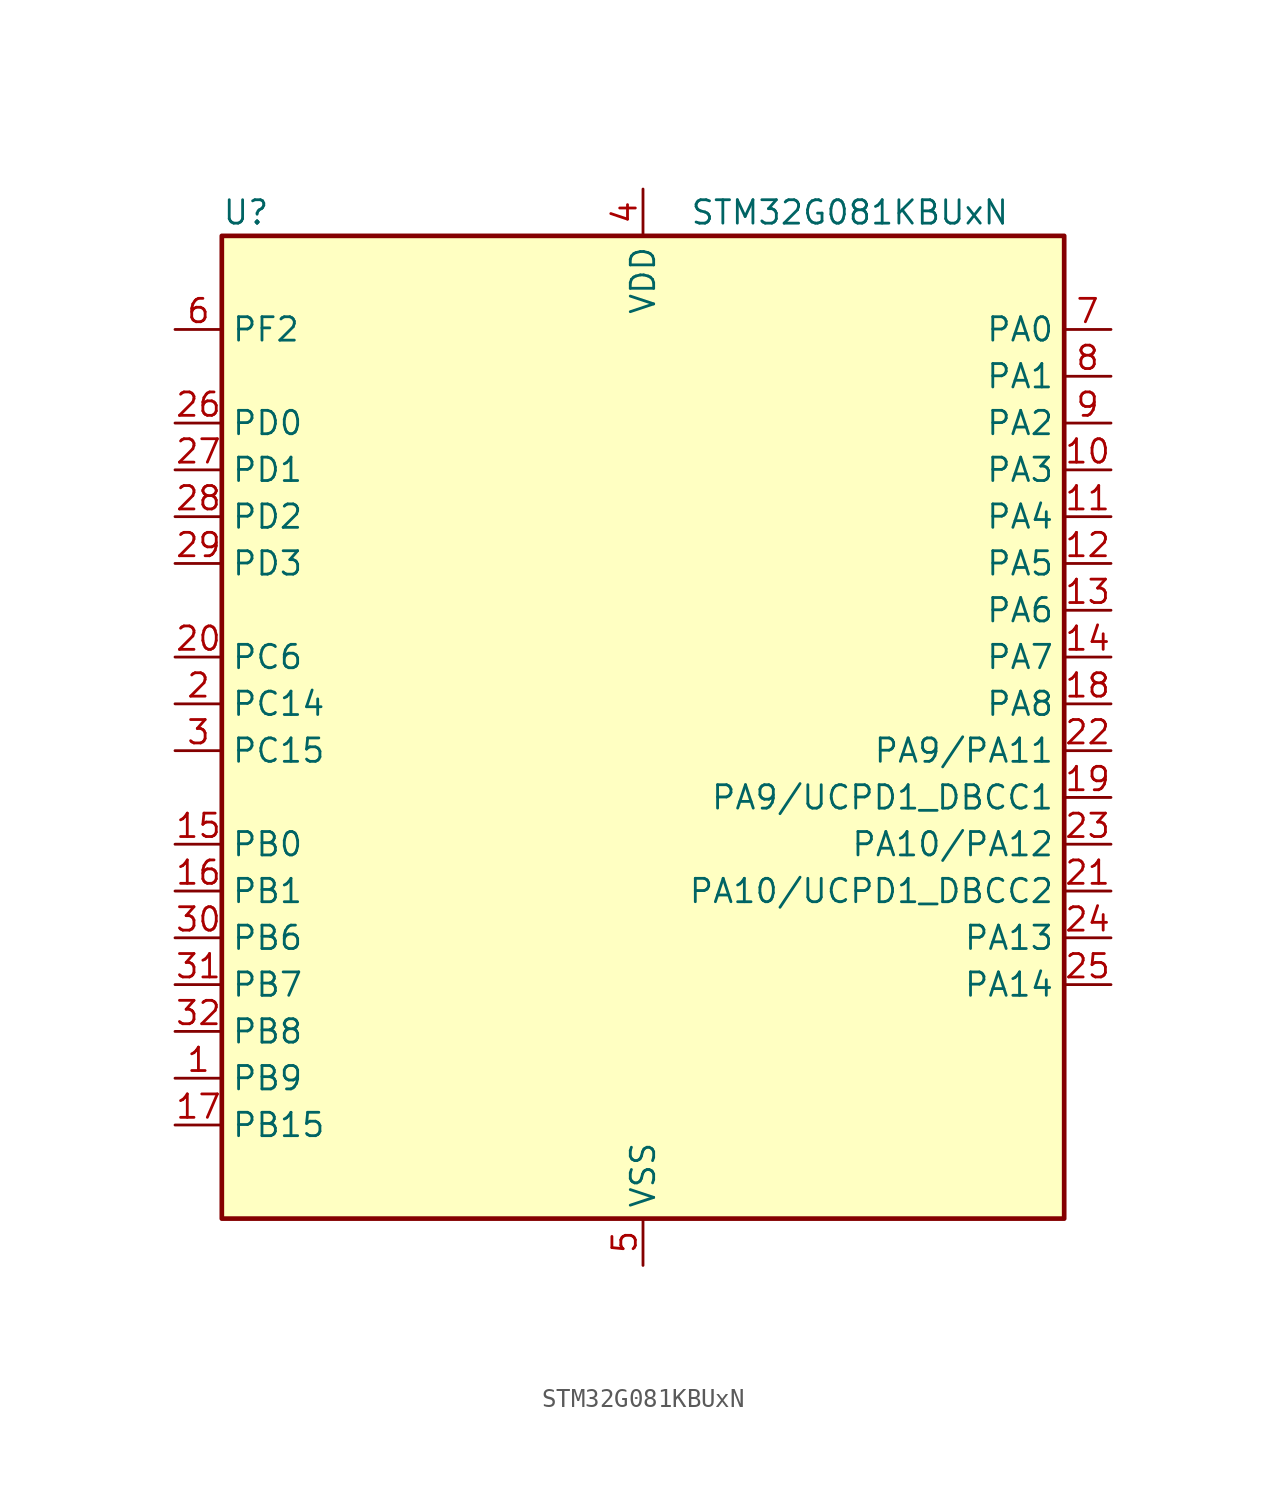
<source format=kicad_sym>
(kicad_symbol_lib
  (version 20241209)
  (generator "kicad_symbol_editor")
  (generator_version "9.0")
  (symbol "STM32G081KBUxN"
    (property "Reference" "U"
      (at -22.86 29.21 0)
      (effects (font (size 1.27 1.27)) (justify left)))
    (property "Value" "STM32G081KBUxN"
      (at 2.54 29.21 0)
      (effects (font (size 1.27 1.27)) (justify left)))
    (symbol "STM32G081KBUxN_0_1"
      (rectangle (start -22.86 -25.4) (end 22.86 27.94) (stroke (width 0.254) (type default)) (fill (type background))))
    (symbol "STM32G081KBUxN_1_1"
      (pin bidirectional line (at -25.4 22.86 0) (length 2.54) (name "PF2" (effects (font (size 1.27 1.27)))) (number "6" (effects (font (size 1.27 1.27)))) (alternate "RCC_MCO" bidirectional line))
      (pin bidirectional line (at -25.4 17.78 0) (length 2.54) (name "PD0" (effects (font (size 1.27 1.27)))) (number "26" (effects (font (size 1.27 1.27)))) (alternate "SPI2_NSS" bidirectional line) (alternate "TIM16_CH1" bidirectional line) (alternate "UCPD2_CC1" bidirectional line))
      (pin bidirectional line (at -25.4 15.24 0) (length 2.54) (name "PD1" (effects (font (size 1.27 1.27)))) (number "27" (effects (font (size 1.27 1.27)))) (alternate "SPI2_SCK" bidirectional line) (alternate "TIM17_CH1" bidirectional line) (alternate "UCPD2_DBCC1" bidirectional line))
      (pin bidirectional line (at -25.4 12.7 0) (length 2.54) (name "PD2" (effects (font (size 1.27 1.27)))) (number "28" (effects (font (size 1.27 1.27)))) (alternate "TIM1_CH1N" bidirectional line) (alternate "TIM3_ETR" bidirectional line) (alternate "UCPD2_CC2" bidirectional line) (alternate "USART3_CK" bidirectional line) (alternate "USART3_DE" bidirectional line) (alternate "USART3_RTS" bidirectional line))
      (pin bidirectional line (at -25.4 10.16 0) (length 2.54) (name "PD3" (effects (font (size 1.27 1.27)))) (number "29" (effects (font (size 1.27 1.27)))) (alternate "SPI2_MISO" bidirectional line) (alternate "TIM1_CH2N" bidirectional line) (alternate "UCPD2_DBCC2" bidirectional line) (alternate "USART2_CTS" bidirectional line) (alternate "USART2_NSS" bidirectional line))
      (pin bidirectional line (at -25.4 5.08 0) (length 2.54) (name "PC6" (effects (font (size 1.27 1.27)))) (number "20" (effects (font (size 1.27 1.27)))) (alternate "TIM2_CH3" bidirectional line) (alternate "TIM3_CH1" bidirectional line) (alternate "UCPD1_FRSTX1" bidirectional line) (alternate "UCPD1_FRSTX2" bidirectional line))
      (pin bidirectional line (at -25.4 2.54 0) (length 2.54) (name "PC14" (effects (font (size 1.27 1.27)))) (number "2" (effects (font (size 1.27 1.27)))) (alternate "RCC_OSC32_IN" bidirectional line) (alternate "RCC_OSC_IN" bidirectional line) (alternate "TIM1_BK2" bidirectional line))
      (pin bidirectional line (at -25.4 0 0) (length 2.54) (name "PC15" (effects (font (size 1.27 1.27)))) (number "3" (effects (font (size 1.27 1.27)))) (alternate "RCC_OSC32_EN" bidirectional line) (alternate "RCC_OSC32_OUT" bidirectional line) (alternate "RCC_OSC_EN" bidirectional line) (alternate "TIM15_BK" bidirectional line))
      (pin bidirectional line (at -25.4 -5.08 0) (length 2.54) (name "PB0" (effects (font (size 1.27 1.27)))) (number "15" (effects (font (size 1.27 1.27)))) (alternate "ADC1_IN8" bidirectional line) (alternate "COMP1_OUT" bidirectional line) (alternate "I2S1_WS" bidirectional line) (alternate "LPTIM1_OUT" bidirectional line) (alternate "SPI1_NSS" bidirectional line) (alternate "TIM1_CH2N" bidirectional line) (alternate "TIM3_CH3" bidirectional line) (alternate "UCPD1_FRSTX1" bidirectional line) (alternate "UCPD1_FRSTX2" bidirectional line) (alternate "USART3_RX" bidirectional line))
      (pin bidirectional line (at -25.4 -7.62 0) (length 2.54) (name "PB1" (effects (font (size 1.27 1.27)))) (number "16" (effects (font (size 1.27 1.27)))) (alternate "ADC1_IN9" bidirectional line) (alternate "COMP1_INM" bidirectional line) (alternate "LPTIM2_IN1" bidirectional line) (alternate "LPUART1_DE" bidirectional line) (alternate "LPUART1_RTS" bidirectional line) (alternate "TIM14_CH1" bidirectional line) (alternate "TIM1_CH3N" bidirectional line) (alternate "TIM3_CH4" bidirectional line) (alternate "USART3_CK" bidirectional line) (alternate "USART3_DE" bidirectional line) (alternate "USART3_RTS" bidirectional line))
      (pin bidirectional line (at -25.4 -10.16 0) (length 2.54) (name "PB6" (effects (font (size 1.27 1.27)))) (number "30" (effects (font (size 1.27 1.27)))) (alternate "COMP2_INP" bidirectional line) (alternate "I2C1_SCL" bidirectional line) (alternate "LPTIM1_ETR" bidirectional line) (alternate "SPI2_MISO" bidirectional line) (alternate "TIM16_CH1N" bidirectional line) (alternate "TIM1_CH3" bidirectional line) (alternate "USART1_TX" bidirectional line))
      (pin bidirectional line (at -25.4 -12.7 0) (length 2.54) (name "PB7" (effects (font (size 1.27 1.27)))) (number "31" (effects (font (size 1.27 1.27)))) (alternate "COMP2_INM" bidirectional line) (alternate "I2C1_SDA" bidirectional line) (alternate "LPTIM1_IN2" bidirectional line) (alternate "SPI2_MOSI" bidirectional line) (alternate "SYS_PVD_IN" bidirectional line) (alternate "TIM17_CH1N" bidirectional line) (alternate "USART1_RX" bidirectional line) (alternate "USART4_CTS" bidirectional line) (alternate "USART4_NSS" bidirectional line))
      (pin bidirectional line (at -25.4 -15.24 0) (length 2.54) (name "PB8" (effects (font (size 1.27 1.27)))) (number "32" (effects (font (size 1.27 1.27)))) (alternate "CEC" bidirectional line) (alternate "I2C1_SCL" bidirectional line) (alternate "SPI2_SCK" bidirectional line) (alternate "TIM15_BK" bidirectional line) (alternate "TIM16_CH1" bidirectional line) (alternate "USART3_TX" bidirectional line))
      (pin bidirectional line (at -25.4 -17.78 0) (length 2.54) (name "PB9" (effects (font (size 1.27 1.27)))) (number "1" (effects (font (size 1.27 1.27)))) (alternate "DAC1_EXTI9" bidirectional line) (alternate "I2C1_SDA" bidirectional line) (alternate "IR_OUT" bidirectional line) (alternate "SPI2_NSS" bidirectional line) (alternate "TIM17_CH1" bidirectional line) (alternate "UCPD2_FRSTX1" bidirectional line) (alternate "UCPD2_FRSTX2" bidirectional line) (alternate "USART3_RX" bidirectional line))
      (pin bidirectional line (at -25.4 -20.32 0) (length 2.54) (name "PB15" (effects (font (size 1.27 1.27)))) (number "17" (effects (font (size 1.27 1.27)))) (alternate "RTC_REFIN" bidirectional line) (alternate "SPI2_MOSI" bidirectional line) (alternate "TIM15_CH1N" bidirectional line) (alternate "TIM15_CH2" bidirectional line) (alternate "TIM1_CH3N" bidirectional line) (alternate "UCPD1_CC2" bidirectional line))
      (pin power_in line (at 0 30.48 270) (length 2.54) (name "VDD" (effects (font (size 1.27 1.27)))) (number "4" (effects (font (size 1.27 1.27)))))
      (pin passive line (at 0 -27.94 90) (length 2.54) (hide yes) (name "VSS" (effects (font (size 1.27 1.27)))) (number "33" (effects (font (size 1.27 1.27)))))
      (pin power_in line (at 0 -27.94 90) (length 2.54) (name "VSS" (effects (font (size 1.27 1.27)))) (number "5" (effects (font (size 1.27 1.27)))))
      (pin bidirectional line (at 25.4 22.86 180) (length 2.54) (name "PA0" (effects (font (size 1.27 1.27)))) (number "7" (effects (font (size 1.27 1.27)))) (alternate "ADC1_IN0" bidirectional line) (alternate "COMP1_INM" bidirectional line) (alternate "COMP1_OUT" bidirectional line) (alternate "LPTIM1_OUT" bidirectional line) (alternate "RTC_TAMP_IN2" bidirectional line) (alternate "SPI2_SCK" bidirectional line) (alternate "SYS_WKUP1" bidirectional line) (alternate "TIM2_CH1" bidirectional line) (alternate "TIM2_ETR" bidirectional line) (alternate "UCPD2_FRSTX1" bidirectional line) (alternate "UCPD2_FRSTX2" bidirectional line) (alternate "USART2_CTS" bidirectional line) (alternate "USART2_NSS" bidirectional line) (alternate "USART4_TX" bidirectional line))
      (pin bidirectional line (at 25.4 20.32 180) (length 2.54) (name "PA1" (effects (font (size 1.27 1.27)))) (number "8" (effects (font (size 1.27 1.27)))) (alternate "ADC1_IN1" bidirectional line) (alternate "COMP1_INP" bidirectional line) (alternate "I2C1_SMBA" bidirectional line) (alternate "I2S1_CK" bidirectional line) (alternate "SPI1_SCK" bidirectional line) (alternate "TIM15_CH1N" bidirectional line) (alternate "TIM2_CH2" bidirectional line) (alternate "USART2_CK" bidirectional line) (alternate "USART2_DE" bidirectional line) (alternate "USART2_RTS" bidirectional line) (alternate "USART4_RX" bidirectional line))
      (pin bidirectional line (at 25.4 17.78 180) (length 2.54) (name "PA2" (effects (font (size 1.27 1.27)))) (number "9" (effects (font (size 1.27 1.27)))) (alternate "ADC1_IN2" bidirectional line) (alternate "COMP2_INM" bidirectional line) (alternate "COMP2_OUT" bidirectional line) (alternate "I2S1_SD" bidirectional line) (alternate "LPUART1_TX" bidirectional line) (alternate "RCC_LSCO" bidirectional line) (alternate "SPI1_MOSI" bidirectional line) (alternate "SYS_WKUP4" bidirectional line) (alternate "TIM15_CH1" bidirectional line) (alternate "TIM2_CH3" bidirectional line) (alternate "UCPD1_FRSTX1" bidirectional line) (alternate "UCPD1_FRSTX2" bidirectional line) (alternate "USART2_TX" bidirectional line))
      (pin bidirectional line (at 25.4 15.24 180) (length 2.54) (name "PA3" (effects (font (size 1.27 1.27)))) (number "10" (effects (font (size 1.27 1.27)))) (alternate "ADC1_IN3" bidirectional line) (alternate "COMP2_INP" bidirectional line) (alternate "LPUART1_RX" bidirectional line) (alternate "SPI2_MISO" bidirectional line) (alternate "TIM15_CH2" bidirectional line) (alternate "TIM2_CH4" bidirectional line) (alternate "UCPD2_FRSTX1" bidirectional line) (alternate "UCPD2_FRSTX2" bidirectional line) (alternate "USART2_RX" bidirectional line))
      (pin bidirectional line (at 25.4 12.7 180) (length 2.54) (name "PA4" (effects (font (size 1.27 1.27)))) (number "11" (effects (font (size 1.27 1.27)))) (alternate "ADC1_IN4" bidirectional line) (alternate "DAC1_OUT1" bidirectional line) (alternate "I2S1_WS" bidirectional line) (alternate "LPTIM2_OUT" bidirectional line) (alternate "RTC_OUT_ALARM" bidirectional line) (alternate "RTC_OUT_CALIB" bidirectional line) (alternate "RTC_TAMP_IN1" bidirectional line) (alternate "RTC_TS" bidirectional line) (alternate "SPI1_NSS" bidirectional line) (alternate "SPI2_MOSI" bidirectional line) (alternate "SYS_WKUP2" bidirectional line) (alternate "TIM14_CH1" bidirectional line) (alternate "UCPD2_FRSTX1" bidirectional line) (alternate "UCPD2_FRSTX2" bidirectional line))
      (pin bidirectional line (at 25.4 10.16 180) (length 2.54) (name "PA5" (effects (font (size 1.27 1.27)))) (number "12" (effects (font (size 1.27 1.27)))) (alternate "ADC1_IN5" bidirectional line) (alternate "CEC" bidirectional line) (alternate "DAC1_OUT2" bidirectional line) (alternate "I2S1_CK" bidirectional line) (alternate "LPTIM2_ETR" bidirectional line) (alternate "SPI1_SCK" bidirectional line) (alternate "TIM2_CH1" bidirectional line) (alternate "TIM2_ETR" bidirectional line) (alternate "UCPD1_FRSTX1" bidirectional line) (alternate "UCPD1_FRSTX2" bidirectional line) (alternate "USART3_TX" bidirectional line))
      (pin bidirectional line (at 25.4 7.62 180) (length 2.54) (name "PA6" (effects (font (size 1.27 1.27)))) (number "13" (effects (font (size 1.27 1.27)))) (alternate "ADC1_IN6" bidirectional line) (alternate "COMP1_OUT" bidirectional line) (alternate "I2S1_MCK" bidirectional line) (alternate "LPUART1_CTS" bidirectional line) (alternate "SPI1_MISO" bidirectional line) (alternate "TIM16_CH1" bidirectional line) (alternate "TIM1_BK" bidirectional line) (alternate "TIM3_CH1" bidirectional line) (alternate "USART3_CTS" bidirectional line) (alternate "USART3_NSS" bidirectional line))
      (pin bidirectional line (at 25.4 5.08 180) (length 2.54) (name "PA7" (effects (font (size 1.27 1.27)))) (number "14" (effects (font (size 1.27 1.27)))) (alternate "ADC1_IN7" bidirectional line) (alternate "COMP2_OUT" bidirectional line) (alternate "I2S1_SD" bidirectional line) (alternate "SPI1_MOSI" bidirectional line) (alternate "TIM14_CH1" bidirectional line) (alternate "TIM17_CH1" bidirectional line) (alternate "TIM1_CH1N" bidirectional line) (alternate "TIM3_CH2" bidirectional line) (alternate "UCPD1_FRSTX1" bidirectional line) (alternate "UCPD1_FRSTX2" bidirectional line))
      (pin bidirectional line (at 25.4 2.54 180) (length 2.54) (name "PA8" (effects (font (size 1.27 1.27)))) (number "18" (effects (font (size 1.27 1.27)))) (alternate "LPTIM2_OUT" bidirectional line) (alternate "RCC_MCO" bidirectional line) (alternate "SPI2_NSS" bidirectional line) (alternate "TIM1_CH1" bidirectional line) (alternate "UCPD1_CC1" bidirectional line))
      (pin bidirectional line (at 25.4 0 180) (length 2.54) (name "PA9/PA11" (effects (font (size 1.27 1.27)))) (number "22" (effects (font (size 1.27 1.27)))) (alternate "ADC1_EXTI11 (PA11)" bidirectional line) (alternate "COMP1_OUT (PA11)" bidirectional line) (alternate "DAC1_EXTI9 (PA9)" bidirectional line) (alternate "I2C1_SCL (PA9)" bidirectional line) (alternate "I2C2_SCL (PA11)" bidirectional line) (alternate "I2S1_MCK (PA11)" bidirectional line) (alternate "PA11" bidirectional line) (alternate "PA9" bidirectional line) (alternate "RCC_MCO (PA9)" bidirectional line) (alternate "SPI1_MISO (PA11)" bidirectional line) (alternate "SPI2_MISO (PA9)" bidirectional line) (alternate "TIM15_BK (PA9)" bidirectional line) (alternate "TIM1_BK2 (PA11)" bidirectional line) (alternate "TIM1_CH2 (PA9)" bidirectional line) (alternate "TIM1_CH4 (PA11)" bidirectional line) (alternate "USART1_CTS (PA11)" bidirectional line) (alternate "USART1_NSS (PA11)" bidirectional line) (alternate "USART1_TX (PA9)" bidirectional line))
      (pin bidirectional line (at 25.4 -2.54 180) (length 2.54) (name "PA9/UCPD1_DBCC1" (effects (font (size 1.27 1.27)))) (number "19" (effects (font (size 1.27 1.27)))) (alternate "DAC1_EXTI9 (PA9)" bidirectional line) (alternate "I2C1_SCL (PA9)" bidirectional line) (alternate "PA9" bidirectional line) (alternate "RCC_MCO (PA9)" bidirectional line) (alternate "SPI2_MISO (PA9)" bidirectional line) (alternate "TIM15_BK (PA9)" bidirectional line) (alternate "TIM1_CH2 (PA9)" bidirectional line) (alternate "UCPD1_DBCC1" bidirectional line) (alternate "UCPD1_DBCC1 (PA9)" bidirectional line) (alternate "UCPD1_DBCC1 (UCPD1_DBCC1)" bidirectional line) (alternate "USART1_TX (PA9)" bidirectional line))
      (pin bidirectional line (at 25.4 -5.08 180) (length 2.54) (name "PA10/PA12" (effects (font (size 1.27 1.27)))) (number "23" (effects (font (size 1.27 1.27)))) (alternate "COMP2_OUT (PA12)" bidirectional line) (alternate "I2C1_SDA (PA10)" bidirectional line) (alternate "I2C2_SDA (PA12)" bidirectional line) (alternate "I2S1_SD (PA12)" bidirectional line) (alternate "I2S_CKIN (PA12)" bidirectional line) (alternate "PA10" bidirectional line) (alternate "PA12" bidirectional line) (alternate "SPI1_MOSI (PA12)" bidirectional line) (alternate "SPI2_MOSI (PA10)" bidirectional line) (alternate "TIM17_BK (PA10)" bidirectional line) (alternate "TIM1_CH3 (PA10)" bidirectional line) (alternate "TIM1_ETR (PA12)" bidirectional line) (alternate "USART1_CK (PA12)" bidirectional line) (alternate "USART1_DE (PA12)" bidirectional line) (alternate "USART1_RTS (PA12)" bidirectional line) (alternate "USART1_RX (PA10)" bidirectional line))
      (pin bidirectional line (at 25.4 -7.62 180) (length 2.54) (name "PA10/UCPD1_DBCC2" (effects (font (size 1.27 1.27)))) (number "21" (effects (font (size 1.27 1.27)))) (alternate "I2C1_SDA (PA10)" bidirectional line) (alternate "PA10" bidirectional line) (alternate "SPI2_MOSI (PA10)" bidirectional line) (alternate "TIM17_BK (PA10)" bidirectional line) (alternate "TIM1_CH3 (PA10)" bidirectional line) (alternate "UCPD1_DBCC2" bidirectional line) (alternate "UCPD1_DBCC2 (PA10)" bidirectional line) (alternate "UCPD1_DBCC2 (UCPD1_DBCC2)" bidirectional line) (alternate "USART1_RX (PA10)" bidirectional line))
      (pin bidirectional line (at 25.4 -10.16 180) (length 2.54) (name "PA13" (effects (font (size 1.27 1.27)))) (number "24" (effects (font (size 1.27 1.27)))) (alternate "IR_OUT" bidirectional line) (alternate "SYS_SWDIO" bidirectional line))
      (pin bidirectional line (at 25.4 -12.7 180) (length 2.54) (name "PA14" (effects (font (size 1.27 1.27)))) (number "25" (effects (font (size 1.27 1.27)))) (alternate "SYS_SWCLK" bidirectional line) (alternate "USART2_TX" bidirectional line)))))
</source>
